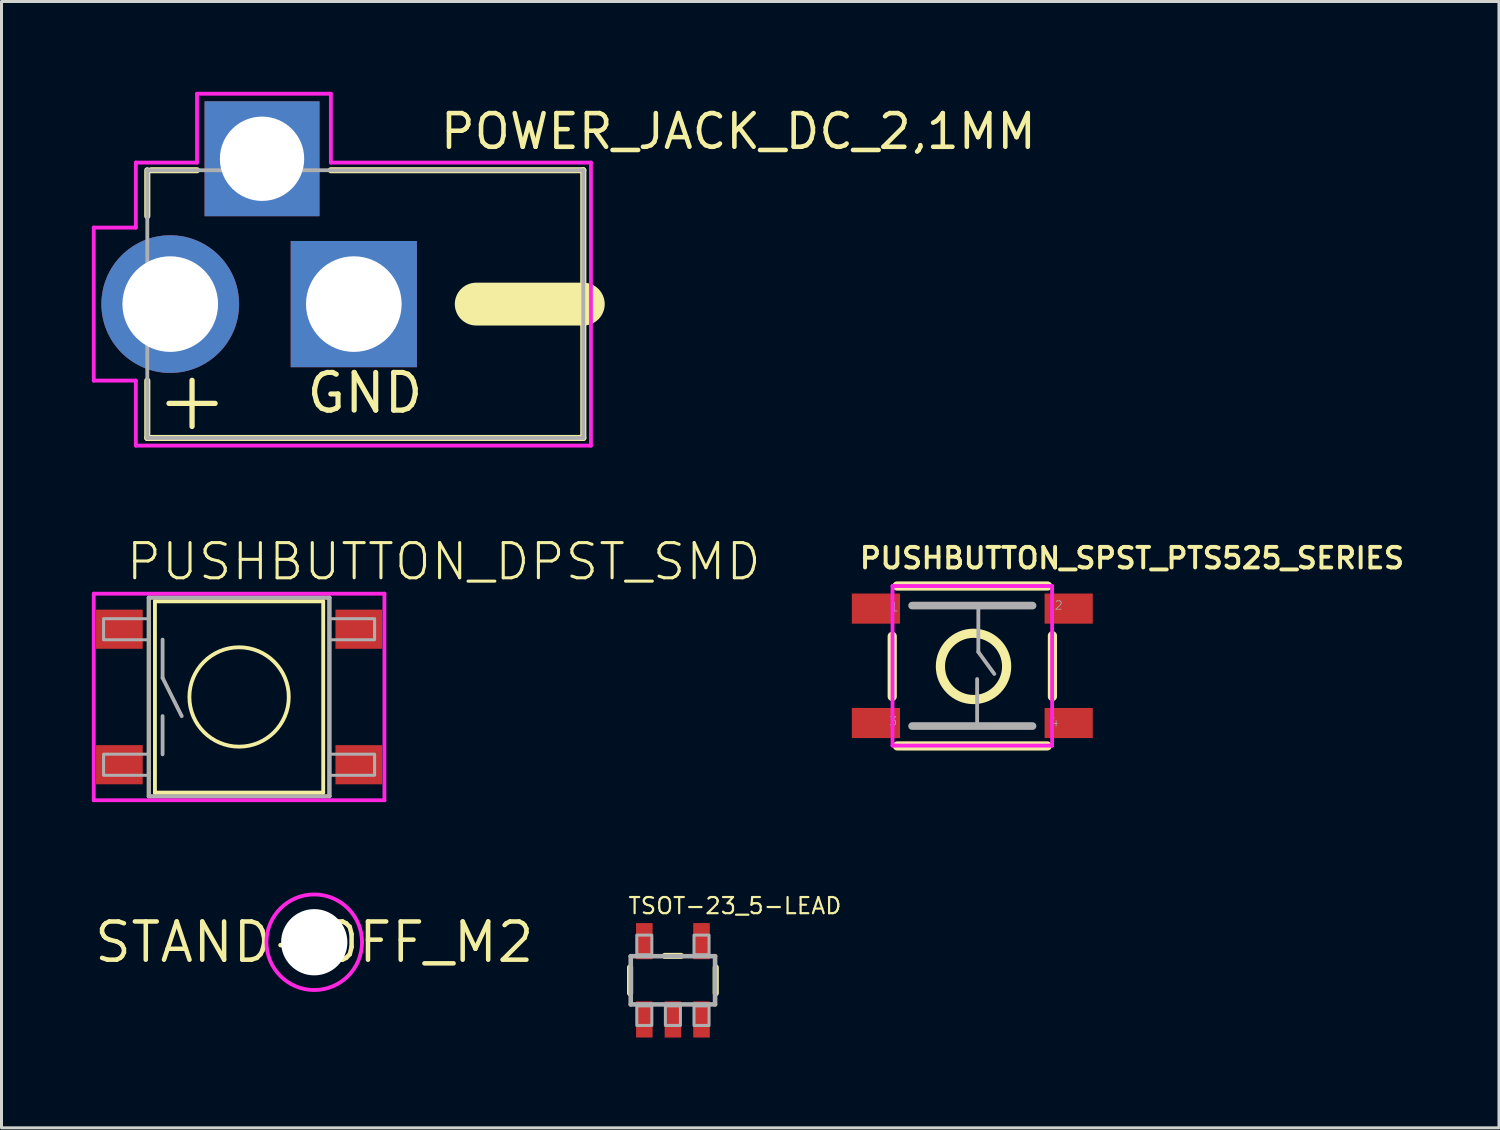
<source format=kicad_pcb>
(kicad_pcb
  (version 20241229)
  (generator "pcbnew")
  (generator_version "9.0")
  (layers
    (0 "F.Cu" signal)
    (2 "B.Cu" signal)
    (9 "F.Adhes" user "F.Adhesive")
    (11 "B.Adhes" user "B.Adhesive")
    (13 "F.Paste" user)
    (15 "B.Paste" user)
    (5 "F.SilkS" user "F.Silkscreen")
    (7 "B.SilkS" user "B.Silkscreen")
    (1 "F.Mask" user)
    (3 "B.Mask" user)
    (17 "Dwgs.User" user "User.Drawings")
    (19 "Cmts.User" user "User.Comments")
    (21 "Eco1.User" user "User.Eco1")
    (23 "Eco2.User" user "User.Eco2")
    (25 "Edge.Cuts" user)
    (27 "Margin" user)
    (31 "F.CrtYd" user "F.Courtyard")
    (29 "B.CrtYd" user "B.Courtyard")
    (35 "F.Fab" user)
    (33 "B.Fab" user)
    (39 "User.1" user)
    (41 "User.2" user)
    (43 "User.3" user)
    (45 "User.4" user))
  (footprint "STAND-OFF_M2"
    (layer "F.Cu")
    (at 7.385 28.238)
    (property "Reference" "STAND-OFF_M2" (at 0 0 0) (layer "F.SilkS") (effects (font (size 1.27 1.27) (thickness 0.15))))
    (fp_circle (center 0 0) (end 1.587 0) (stroke (width 0.127) (type solid)) (fill no) (layer "F.CrtYd"))
    (pad "" np_thru_hole circle (at 0 0) (size 2.2 2.2) (drill 2.2) (layers "*.Cu" "*.Mask")))
  (footprint "TSOT-23_5-LEAD"
    (layer "F.Cu")
    (at 19.295 29.502)
    (property "Reference" "TSOT-23_5-LEAD" (at -1.524 -2.159 0) (layer "F.SilkS") (effects (font (size 0.536 0.536) (thickness 0.073)) (justify left bottom)))
    (fp_line (start -1.422 0.429) (end -1.422 -0.429) (stroke (width 0.203) (type solid)) (layer "F.SilkS"))
    (fp_line (start -0.268 -0.81) (end 0.268 -0.81) (stroke (width 0.203) (type solid)) (layer "F.SilkS"))
    (fp_line (start 1.422 -0.429) (end 1.422 0.429) (stroke (width 0.203) (type solid)) (layer "F.SilkS"))
    (fp_line (start -1.4 -0.8) (end -1.4 0.8) (stroke (width 0.152) (type solid)) (layer "F.Fab"))
    (fp_line (start -1.4 -0.8) (end 1.4 -0.8) (stroke (width 0.152) (type solid)) (layer "F.Fab"))
    (fp_line (start 1.4 -0.8) (end 1.4 0.8) (stroke (width 0.152) (type solid)) (layer "F.Fab"))
    (fp_line (start 1.4 0.8) (end -1.4 0.8) (stroke (width 0.152) (type solid)) (layer "F.Fab"))
    (fp_poly (pts (xy -1.2 -0.85) (xy -0.7 -0.85) (xy -0.7 -1.5) (xy -1.2 -1.5)) (stroke (width 0.1) (type solid)) (fill no) (layer "F.Fab"))
    (fp_poly (pts (xy -1.2 1.5) (xy -0.7 1.5) (xy -0.7 0.85) (xy -1.2 0.85)) (stroke (width 0.1) (type solid)) (fill no) (layer "F.Fab"))
    (fp_poly (pts (xy -0.25 1.5) (xy 0.25 1.5) (xy 0.25 0.85) (xy -0.25 0.85)) (stroke (width 0.1) (type solid)) (fill no) (layer "F.Fab"))
    (fp_poly (pts (xy 0.7 -0.85) (xy 1.2 -0.85) (xy 1.2 -1.5) (xy 0.7 -1.5)) (stroke (width 0.1) (type solid)) (fill no) (layer "F.Fab"))
    (fp_poly (pts (xy 0.7 1.5) (xy 1.2 1.5) (xy 1.2 0.85) (xy 0.7 0.85)) (stroke (width 0.1) (type solid)) (fill no) (layer "F.Fab"))
    (pad "1" smd rect (at -0.95 1.3) (size 0.55 1.2) (layers "F.Cu" "F.Mask" "F.Paste"))
    (pad "2" smd rect (at 0 1.3) (size 0.55 1.2) (layers "F.Cu" "F.Mask" "F.Paste"))
    (pad "3" smd rect (at 0.95 1.3) (size 0.55 1.2) (layers "F.Cu" "F.Mask" "F.Paste"))
    (pad "4" smd rect (at 0.95 -1.3) (size 0.55 1.2) (layers "F.Cu" "F.Mask" "F.Paste"))
    (pad "5" smd rect (at -0.95 -1.3) (size 0.55 1.2) (layers "F.Cu" "F.Mask" "F.Paste")))
  (footprint "PUSHBUTTON_DPST_SMD"
    (layer "F.Cu")
    (at 4.889 20.094)
    (property "Reference" "PUSHBUTTON_DPST_SMD" (at -3.81 -3.81 0) (layer "F.SilkS") (effects (font (size 1.168 1.168) (thickness 0.102)) (justify left bottom)))
    (fp_line (start -3 -3.3) (end 3 -3.3) (stroke (width 0.127) (type solid)) (layer "F.SilkS"))
    (fp_line (start -3 3.3) (end -3 -3.3) (stroke (width 0.127) (type solid)) (layer "F.SilkS"))
    (fp_line (start -2.794 -3.175) (end 2.794 -3.175) (stroke (width 0.127) (type solid)) (layer "F.SilkS"))
    (fp_line (start -2.794 3.175) (end -2.794 -3.175) (stroke (width 0.127) (type solid)) (layer "F.SilkS"))
    (fp_line (start 2.794 -3.175) (end 2.794 3.175) (stroke (width 0.127) (type solid)) (layer "F.SilkS"))
    (fp_line (start 2.794 3.175) (end -2.794 3.175) (stroke (width 0.127) (type solid)) (layer "F.SilkS"))
    (fp_line (start 3 -3.3) (end 3 3.3) (stroke (width 0.127) (type solid)) (layer "F.SilkS"))
    (fp_line (start 3 3.3) (end -3 3.3) (stroke (width 0.127) (type solid)) (layer "F.SilkS"))
    (fp_circle (center 0 0) (end 1.65 0) (stroke (width 0.127) (type solid)) (fill no) (layer "F.SilkS"))
    (fp_line (start -4.826 -3.429) (end 4.826 -3.429) (stroke (width 0.127) (type solid)) (layer "F.CrtYd"))
    (fp_line (start -4.826 3.429) (end -4.826 -3.429) (stroke (width 0.127) (type solid)) (layer "F.CrtYd"))
    (fp_line (start 4.826 -3.429) (end 4.826 3.429) (stroke (width 0.127) (type solid)) (layer "F.CrtYd"))
    (fp_line (start 4.826 3.429) (end -4.826 3.429) (stroke (width 0.127) (type solid)) (layer "F.CrtYd"))
    (fp_line (start -3 -3.3) (end -3 3.3) (stroke (width 0.127) (type solid)) (layer "F.Fab"))
    (fp_line (start -3 3.3) (end 3 3.3) (stroke (width 0.127) (type solid)) (layer "F.Fab"))
    (fp_line (start -2.54 -1.905) (end -2.54 -0.635) (stroke (width 0.127) (type solid)) (layer "F.Fab"))
    (fp_line (start -2.54 -0.635) (end -1.905 0.635) (stroke (width 0.127) (type solid)) (layer "F.Fab"))
    (fp_line (start -2.54 1.905) (end -2.54 0.635) (stroke (width 0.127) (type solid)) (layer "F.Fab"))
    (fp_line (start 3 -3.3) (end -3 -3.3) (stroke (width 0.127) (type solid)) (layer "F.Fab"))
    (fp_line (start 3 3.3) (end 3 -3.3) (stroke (width 0.127) (type solid)) (layer "F.Fab"))
    (fp_poly (pts (xy -4.5 -1.9) (xy -3 -1.9) (xy -3 -2.6) (xy -4.5 -2.6)) (stroke (width 0.1) (type solid)) (fill no) (layer "F.Fab"))
    (fp_poly (pts (xy -4.5 2.6) (xy -3 2.6) (xy -3 1.9) (xy -4.5 1.9)) (stroke (width 0.1) (type solid)) (fill no) (layer "F.Fab"))
    (fp_poly (pts (xy 3 -1.9) (xy 4.5 -1.9) (xy 4.5 -2.6) (xy 3 -2.6)) (stroke (width 0.1) (type solid)) (fill no) (layer "F.Fab"))
    (fp_poly (pts (xy 3 2.6) (xy 4.5 2.6) (xy 4.5 1.9) (xy 3 1.9)) (stroke (width 0.1) (type solid)) (fill no) (layer "F.Fab"))
    (pad "P" smd rect (at 3.975 2.25) (size 1.55 1.3) (layers "F.Cu" "F.Mask" "F.Paste"))
    (pad "P$1" smd rect (at -3.975 2.25) (size 1.55 1.3) (layers "F.Cu" "F.Mask" "F.Paste"))
    (pad "S" smd rect (at 3.975 -2.25) (size 1.55 1.3) (layers "F.Cu" "F.Mask" "F.Paste"))
    (pad "S$1" smd rect (at -3.975 -2.25) (size 1.55 1.3) (layers "F.Cu" "F.Mask" "F.Paste")))
  (footprint "PUSHBUTTON_SPST_PTS525_SERIES"
    (layer "F.Cu")
    (at 29.237 19.059)
    (property "Reference" "PUSHBUTTON_SPST_PTS525_SERIES" (at -3.81 -3.175 0) (layer "F.SilkS") (effects (font (size 0.683 0.683) (thickness 0.13)) (justify left bottom)))
    (fp_line (start -2.66 1.02) (end -2.66 -0.98) (stroke (width 0.305) (type solid)) (layer "F.SilkS"))
    (fp_line (start -2.5 -2.65) (end 2.5 -2.65) (stroke (width 0.305) (type solid)) (layer "F.SilkS"))
    (fp_line (start -2.49 2.66) (end 2.49 2.66) (stroke (width 0.305) (type solid)) (layer "F.SilkS"))
    (fp_line (start 2.5 -2.65) (end 2.5 -2.64) (stroke (width 0.127) (type solid)) (layer "F.SilkS"))
    (fp_line (start 2.66 1.02) (end 2.66 -1) (stroke (width 0.305) (type solid)) (layer "F.SilkS"))
    (fp_circle (center 0.04 0.02) (end 1.14 0.02) (stroke (width 0.305) (type solid)) (fill no) (layer "F.SilkS"))
    (fp_line (start -2.65 -2.65) (end 2.65 -2.65) (stroke (width 0.127) (type solid)) (layer "F.CrtYd"))
    (fp_line (start -2.65 2.65) (end -2.65 -2.65) (stroke (width 0.127) (type solid)) (layer "F.CrtYd"))
    (fp_line (start 2.65 -2.65) (end 2.65 2.65) (stroke (width 0.127) (type solid)) (layer "F.CrtYd"))
    (fp_line (start 2.65 2.65) (end -2.65 2.65) (stroke (width 0.127) (type solid)) (layer "F.CrtYd"))
    (fp_line (start -2 -2) (end 2 -2) (stroke (width 0.254) (type solid)) (layer "F.Fab"))
    (fp_line (start -2 2) (end 2 2) (stroke (width 0.254) (type solid)) (layer "F.Fab"))
    (fp_line (start 0.16 2.01) (end 0.16 0.44) (stroke (width 0.127) (type solid)) (layer "F.Fab"))
    (fp_line (start 0.2 -2.055) (end 0.2 -0.46) (stroke (width 0.127) (type solid)) (layer "F.Fab"))
    (fp_line (start 0.2 -0.46) (end 0.73 0.27) (stroke (width 0.127) (type solid)) (layer "F.Fab"))
    (fp_text user "1" (at -2.73 -1.785 0) (layer "F.Fab") (effects (font (size 0.28 0.28) (thickness 0.024)) (justify left bottom)))
    (fp_text user "2" (at 2.72 -1.845 0) (layer "F.Fab") (effects (font (size 0.28 0.28) (thickness 0.024)) (justify left bottom)))
    (fp_text user "3" (at -2.78 2.005 0) (layer "F.Fab") (effects (font (size 0.28 0.28) (thickness 0.024)) (justify left bottom)))
    (fp_text user "4" (at 2.58 2.04 0) (layer "F.Fab") (effects (font (size 0.28 0.28) (thickness 0.024)) (justify left bottom)))
    (pad "P$1" smd rect (at -3.2 -1.9) (size 1.6 1) (layers "F.Cu" "F.Mask" "F.Paste"))
    (pad "P$2" smd rect (at 3.2 -1.9) (size 1.6 1) (layers "F.Cu" "F.Mask" "F.Paste"))
    (pad "P$3" smd rect (at -3.2 1.9) (size 1.6 1) (layers "F.Cu" "F.Mask" "F.Paste"))
    (pad "P$4" smd rect (at 3.2 1.9) (size 1.6 1) (layers "F.Cu" "F.Mask" "F.Paste")))
  (footprint "POWER_JACK_DC_2,1MM"
    (layer "F.Cu")
    (at 2.603 7.048)
    (property "Reference" "POWER_JACK_DC_2,1MM" (at 8.89 -5.08 0) (layer "F.SilkS") (effects (font (size 1.118 1.118) (thickness 0.152)) (justify left bottom)))
    (fp_line (start -0.762 -4.445) (end -0.762 -2.921) (stroke (width 0.203) (type solid)) (layer "F.SilkS"))
    (fp_line (start -0.762 2.54) (end -0.762 4.445) (stroke (width 0.203) (type solid)) (layer "F.SilkS"))
    (fp_line (start -0.762 4.445) (end 13.716 4.445) (stroke (width 0.203) (type solid)) (layer "F.SilkS"))
    (fp_line (start -0.635 -4.445) (end 0.889 -4.445) (stroke (width 0.203) (type solid)) (layer "F.SilkS"))
    (fp_line (start 10.16 0) (end 13.716 0) (stroke (width 1.422) (type solid)) (layer "F.SilkS"))
    (fp_line (start 13.716 -4.445) (end 5.334 -4.445) (stroke (width 0.203) (type solid)) (layer "F.SilkS"))
    (fp_line (start 13.716 0) (end 13.716 -4.445) (stroke (width 0.203) (type solid)) (layer "F.SilkS"))
    (fp_line (start 13.716 4.445) (end 13.716 0) (stroke (width 0.203) (type solid)) (layer "F.SilkS"))
    (fp_line (start -2.54 -2.54) (end -1.143 -2.54) (stroke (width 0.127) (type solid)) (layer "F.CrtYd"))
    (fp_line (start -2.54 2.54) (end -2.54 -2.54) (stroke (width 0.127) (type solid)) (layer "F.CrtYd"))
    (fp_line (start -2.54 2.54) (end -1.143 2.54) (stroke (width 0.127) (type solid)) (layer "F.CrtYd"))
    (fp_line (start -1.143 -4.699) (end 0.889 -4.699) (stroke (width 0.127) (type solid)) (layer "F.CrtYd"))
    (fp_line (start -1.143 -2.54) (end -1.143 -4.699) (stroke (width 0.127) (type solid)) (layer "F.CrtYd"))
    (fp_line (start -1.143 2.54) (end -1.143 4.699) (stroke (width 0.127) (type solid)) (layer "F.CrtYd"))
    (fp_line (start 0.889 -6.985) (end 5.334 -6.985) (stroke (width 0.127) (type solid)) (layer "F.CrtYd"))
    (fp_line (start 0.889 -4.699) (end 0.889 -6.985) (stroke (width 0.127) (type solid)) (layer "F.CrtYd"))
    (fp_line (start 5.334 -6.985) (end 5.334 -4.699) (stroke (width 0.127) (type solid)) (layer "F.CrtYd"))
    (fp_line (start 5.334 -4.699) (end 13.97 -4.699) (stroke (width 0.127) (type solid)) (layer "F.CrtYd"))
    (fp_line (start 13.97 -4.699) (end 13.97 4.699) (stroke (width 0.127) (type solid)) (layer "F.CrtYd"))
    (fp_line (start 13.97 4.699) (end -1.143 4.699) (stroke (width 0.127) (type solid)) (layer "F.CrtYd"))
    (fp_line (start -0.762 -4.445) (end 13.716 -4.445) (stroke (width 0.127) (type solid)) (layer "F.Fab"))
    (fp_line (start -0.762 4.445) (end -0.762 -4.445) (stroke (width 0.127) (type solid)) (layer "F.Fab"))
    (fp_line (start 13.716 -4.445) (end 13.716 4.445) (stroke (width 0.127) (type solid)) (layer "F.Fab"))
    (fp_line (start 13.716 4.445) (end -0.762 4.445) (stroke (width 0.127) (type solid)) (layer "F.Fab"))
    (fp_text user "+" (at -0.635 4.318 0) (layer "F.SilkS") (effects (font (size 2.01 2.01) (thickness 0.175)) (justify left bottom)))
    (fp_text user "GND" (at 4.445 3.683 0) (layer "F.SilkS") (effects (font (size 1.252 1.252) (thickness 0.171)) (justify left bottom)))
    (pad "P$1" thru_hole circle (at 0 0 90) (size 4.572 4.572) (drill 3.175) (layers "*.Cu" "*.Mask"))
    (pad "P$2" thru_hole rect (at 6.096 0) (size 4.191 4.191) (drill 3.175) (layers "*.Cu" "*.Mask"))
    (pad "P$3" thru_hole rect (at 3.048 -4.826) (size 3.816 3.816) (drill 2.8) (layers "*.Cu" "*.Mask")))
  (gr_rect
    (start -3 -3)
    (end 46.725 34.402)
    (stroke (width 0.1) (type default))
    (fill no)
    (layer "Edge.Cuts")))
</source>
